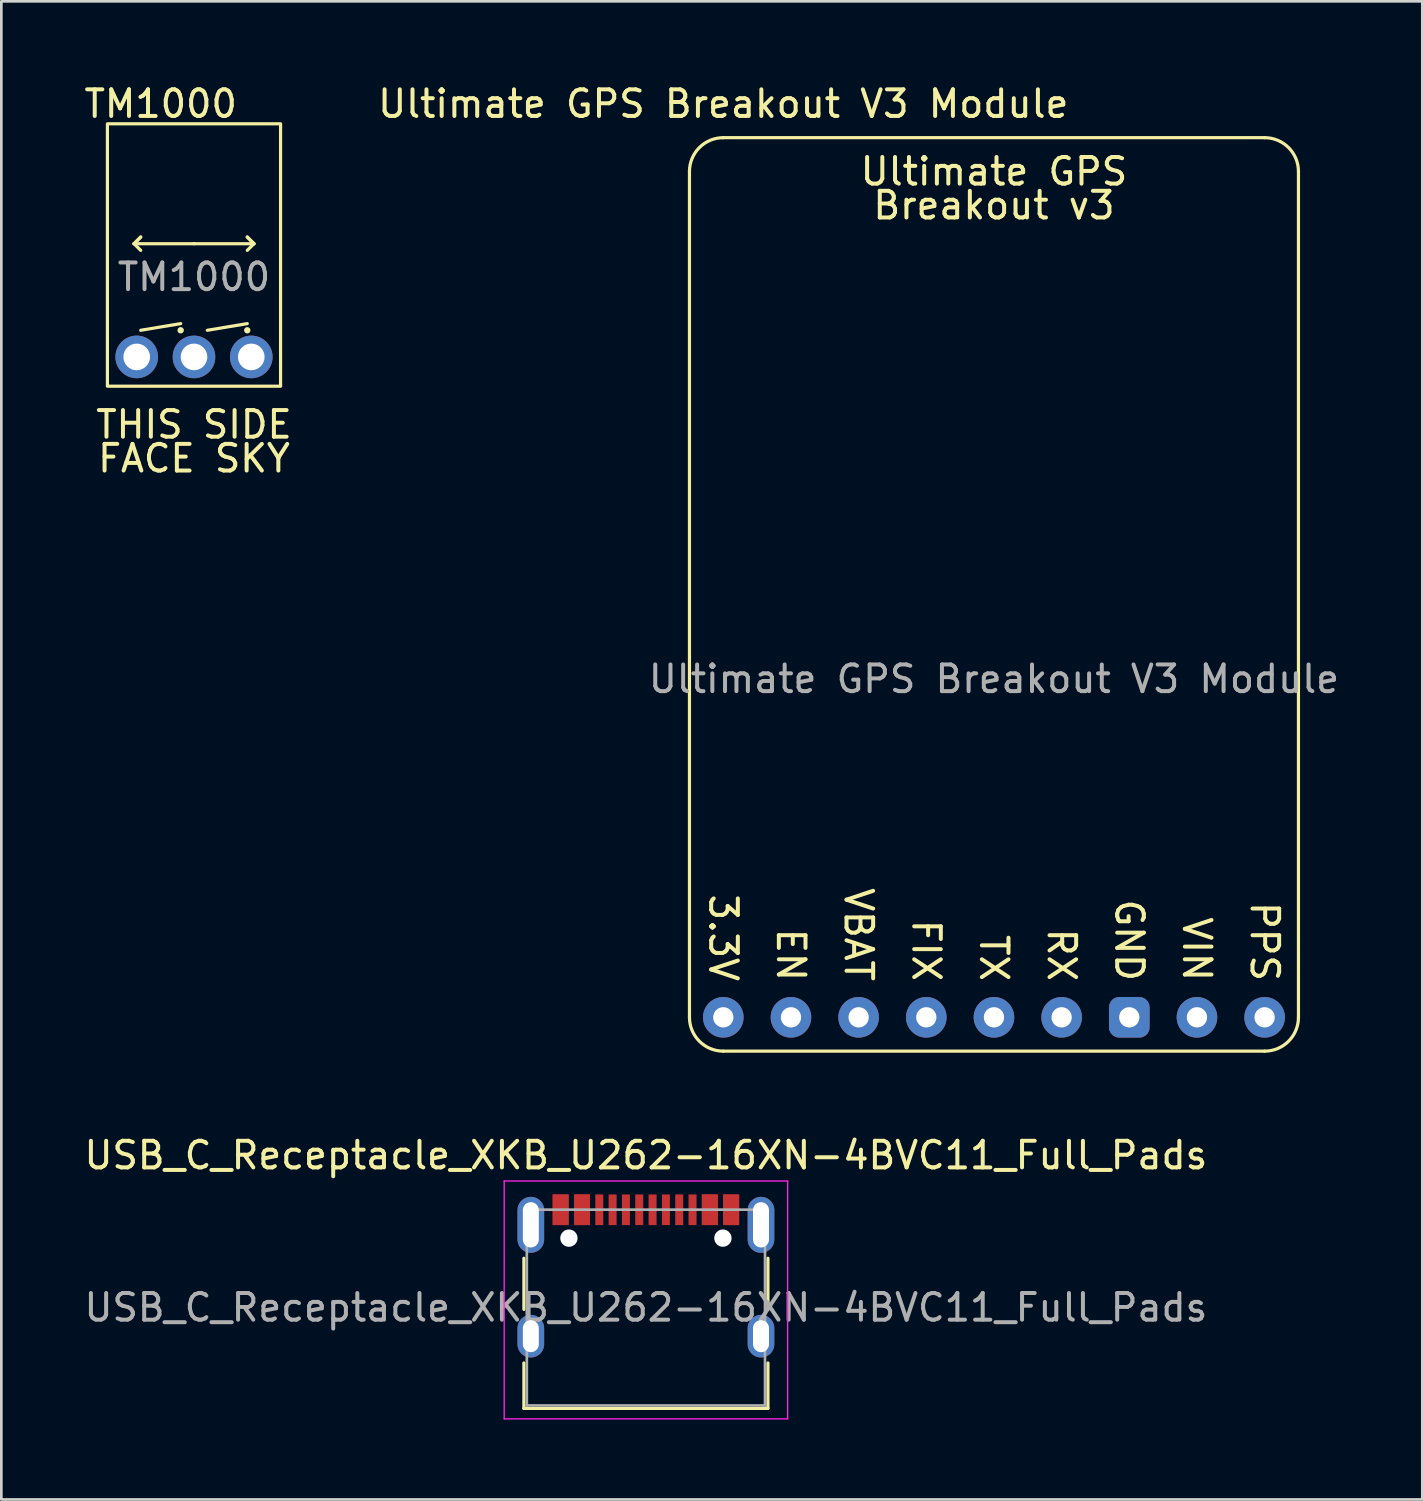
<source format=kicad_pcb>
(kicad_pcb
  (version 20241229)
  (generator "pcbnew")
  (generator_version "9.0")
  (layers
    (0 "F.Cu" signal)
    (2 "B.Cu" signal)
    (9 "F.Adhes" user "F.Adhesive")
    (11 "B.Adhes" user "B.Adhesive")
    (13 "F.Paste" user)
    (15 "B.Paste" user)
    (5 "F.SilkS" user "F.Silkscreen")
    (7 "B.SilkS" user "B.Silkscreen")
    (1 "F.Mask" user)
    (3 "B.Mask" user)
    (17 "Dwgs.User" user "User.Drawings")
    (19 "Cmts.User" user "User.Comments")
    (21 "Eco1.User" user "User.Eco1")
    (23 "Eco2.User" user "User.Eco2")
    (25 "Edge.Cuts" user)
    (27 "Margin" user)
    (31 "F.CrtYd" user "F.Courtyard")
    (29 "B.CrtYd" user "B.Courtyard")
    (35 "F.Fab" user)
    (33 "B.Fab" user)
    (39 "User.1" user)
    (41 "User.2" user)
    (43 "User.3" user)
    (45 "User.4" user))
  (footprint "Ultimate GPS Breakout V3 Module"
    (layer "F.Cu")
    (at 34.261 31.328)
    (property "Reference" "Ultimate GPS Breakout V3 Module" (at -10.16 -30.48 0) (unlocked yes) (layer "F.SilkS") (effects (font (size 1 1) (thickness 0.15))))
    (attr through_hole)
    (fp_line (start -11.43 3.81) (end -11.43 -27.94) (stroke (width 0.12) (type solid)) (layer "F.SilkS"))
    (fp_line (start 10.16 -29.21) (end -10.16 -29.21) (stroke (width 0.12) (type solid)) (layer "F.SilkS"))
    (fp_line (start 10.16 5.08) (end -10.16 5.08) (stroke (width 0.12) (type solid)) (layer "F.SilkS"))
    (fp_line (start 11.43 3.81) (end 11.43 -27.94) (stroke (width 0.12) (type solid)) (layer "F.SilkS"))
    (fp_arc (start -11.43 -27.94) (mid -11.058026 -28.838026) (end -10.16 -29.21) (stroke (width 0.12) (type solid)) (layer "F.SilkS"))
    (fp_arc (start -10.16 5.08) (mid -11.058026 4.708026) (end -11.43 3.81) (stroke (width 0.12) (type solid)) (layer "F.SilkS"))
    (fp_arc (start 10.16 -29.21) (mid 11.058026 -28.838026) (end 11.43 -27.94) (stroke (width 0.12) (type solid)) (layer "F.SilkS"))
    (fp_arc (start 11.43 3.81) (mid 11.058026 4.708026) (end 10.16 5.08) (stroke (width 0.12) (type solid)) (layer "F.SilkS"))
    (fp_text user "TX" (at 0 2.54 270) (unlocked yes) (layer "F.SilkS") (effects (font (size 1 1) (thickness 0.15)) (justify right)))
    (fp_text user "EN" (at -7.62 2.54 270) (unlocked yes) (layer "F.SilkS") (effects (font (size 1 1) (thickness 0.15)) (justify right)))
    (fp_text user "VIN" (at 7.62 2.54 270) (unlocked yes) (layer "F.SilkS") (effects (font (size 1 1) (thickness 0.15)) (justify right)))
    (fp_text user "3.3V" (at -10.16 2.54 270) (unlocked yes) (layer "F.SilkS") (effects (font (size 1 1) (thickness 0.15)) (justify right)))
    (fp_text user "Breakout v3" (at 0 -26.67 0) (unlocked yes) (layer "F.SilkS") (effects (font (size 1 1) (thickness 0.15))))
    (fp_text user "Ultimate GPS" (at 0 -27.94 0) (unlocked yes) (layer "F.SilkS") (effects (font (size 1 1) (thickness 0.15))))
    (fp_text user "GND" (at 5.08 2.54 270) (unlocked yes) (layer "F.SilkS") (effects (font (size 1 1) (thickness 0.15)) (justify right)))
    (fp_text user "VBAT" (at -5.08 2.54 270) (unlocked yes) (layer "F.SilkS") (effects (font (size 1 1) (thickness 0.15)) (justify right)))
    (fp_text user "FIX" (at -2.54 2.54 270) (unlocked yes) (layer "F.SilkS") (effects (font (size 1 1) (thickness 0.15)) (justify right)))
    (fp_text user "PPS" (at 10.16 2.54 270) (unlocked yes) (layer "F.SilkS") (effects (font (size 1 1) (thickness 0.15)) (justify right)))
    (fp_text user "RX" (at 2.54 2.54 270) (unlocked yes) (layer "F.SilkS") (effects (font (size 1 1) (thickness 0.15)) (justify right)))
    (fp_text user "${REFERENCE}" (at 0 -8.89 0) (unlocked yes) (layer "F.Fab") (effects (font (size 1 1) (thickness 0.15))))
    (pad "1" thru_hole circle (at -10.16 3.81) (size 1.524 1.524) (drill 0.762) (layers "*.Cu" "*.Mask"))
    (pad "2" thru_hole circle (at -7.62 3.81) (size 1.524 1.524) (drill 0.762) (layers "*.Cu" "*.Mask"))
    (pad "3" thru_hole circle (at -5.08 3.81) (size 1.524 1.524) (drill 0.762) (layers "*.Cu" "*.Mask"))
    (pad "4" thru_hole circle (at -2.54 3.81) (size 1.524 1.524) (drill 0.762) (layers "*.Cu" "*.Mask"))
    (pad "5" thru_hole circle (at 0 3.81) (size 1.524 1.524) (drill 0.762) (layers "*.Cu" "*.Mask"))
    (pad "6" thru_hole circle (at 2.54 3.81) (size 1.524 1.524) (drill 0.762) (layers "*.Cu" "*.Mask"))
    (pad "7" thru_hole roundrect (at 5.08 3.81) (size 1.524 1.524) (drill 0.762) (layers "*.Cu" "*.Mask") (roundrect_rratio 0.25))
    (pad "8" thru_hole circle (at 7.62 3.81) (size 1.524 1.524) (drill 0.762) (layers "*.Cu" "*.Mask"))
    (pad "9" thru_hole circle (at 10.16 3.81) (size 1.524 1.524) (drill 0.762) (layers "*.Cu" "*.Mask")))
  (footprint "TM1000"
    (layer "F.Cu")
    (at 4.232 10.348)
    (property "Reference" "TM1000" (at -1.25 -9.5 0) (unlocked yes) (layer "F.SilkS") (effects (font (size 1 1) (thickness 0.15))))
    (attr smd)
    (fp_line (start -2.25 -4.25) (end -2 -4.5) (stroke (width 0.12) (type solid)) (layer "F.SilkS"))
    (fp_line (start -2.25 -4.25) (end -2 -4) (stroke (width 0.12) (type solid)) (layer "F.SilkS"))
    (fp_line (start -2 -4.5) (end -2.25 -4.25) (stroke (width 0.12) (type solid)) (layer "F.SilkS"))
    (fp_line (start -2 -1) (end -0.5 -1.25) (stroke (width 0.12) (type solid)) (layer "F.SilkS"))
    (fp_line (start 0 -4.25) (end -2.25 -4.25) (stroke (width 0.12) (type solid)) (layer "F.SilkS"))
    (fp_line (start 0 -4.25) (end 2.25 -4.25) (stroke (width 0.12) (type solid)) (layer "F.SilkS"))
    (fp_line (start 0.5 -1) (end 2 -1.25) (stroke (width 0.12) (type solid)) (layer "F.SilkS"))
    (fp_line (start 2 -4.5) (end 2.25 -4.25) (stroke (width 0.12) (type solid)) (layer "F.SilkS"))
    (fp_line (start 2.25 -4.25) (end 2 -4.5) (stroke (width 0.12) (type solid)) (layer "F.SilkS"))
    (fp_line (start 2.25 -4.25) (end 2 -4) (stroke (width 0.12) (type solid)) (layer "F.SilkS"))
    (fp_rect (start -3.25 -8.75) (end 3.25 1.1) (stroke (width 0.12) (type solid)) (fill no) (layer "F.SilkS"))
    (fp_circle (center -0.5 -1) (end -0.5 -1) (stroke (width 0.12) (type solid)) (fill no) (layer "F.SilkS"))
    (fp_circle (center 2 -1) (end 2 -1) (stroke (width 0.12) (type solid)) (fill no) (layer "F.SilkS"))
    (fp_text user "THIS SIDE" (at 0 2.54 0) (unlocked yes) (layer "F.SilkS") (effects (font (size 1 1) (thickness 0.15))))
    (fp_text user "FACE SKY" (at 0 3.81 0) (unlocked yes) (layer "F.SilkS") (effects (font (size 1 1) (thickness 0.15))))
    (fp_text user "${REFERENCE}" (at 0 -3 0) (unlocked yes) (layer "F.Fab") (effects (font (size 1 1) (thickness 0.15))))
    (pad "1" thru_hole circle (at -2.15 0) (size 1.6 1.6) (drill 1) (layers "*.Cu" "*.Mask"))
    (pad "2" thru_hole circle (at 0 0) (size 1.6 1.6) (drill 1) (layers "*.Cu" "*.Mask"))
    (pad "3" thru_hole circle (at 2.15 0) (size 1.6 1.6) (drill 1) (layers "*.Cu" "*.Mask")))
  (footprint "USB_C_Receptacle_XKB_U262-16XN-4BVC11_Full_Pads"
    (layer "F.Cu")
    (at 21.196 46.032)
    (property "Reference" "USB_C_Receptacle_XKB_U262-16XN-4BVC11_Full_Pads" (at 0 -5.715 0) (layer "F.SilkS") (effects (font (size 1 1) (thickness 0.15))))
    (attr smd)
    (fp_line (start -4.58 -1.85) (end -4.58 0.07) (stroke (width 0.12) (type solid)) (layer "F.SilkS"))
    (fp_line (start -4.58 3.785) (end -4.58 2.08) (stroke (width 0.12) (type solid)) (layer "F.SilkS"))
    (fp_line (start 4.58 0.07) (end 4.58 -1.85) (stroke (width 0.12) (type solid)) (layer "F.SilkS"))
    (fp_line (start 4.58 2.08) (end 4.58 3.785) (stroke (width 0.12) (type solid)) (layer "F.SilkS"))
    (fp_line (start 4.58 3.785) (end -4.58 3.785) (stroke (width 0.12) (type solid)) (layer "F.SilkS"))
    (fp_line (start -5.32 -4.75) (end 5.32 -4.75) (stroke (width 0.05) (type solid)) (layer "F.CrtYd"))
    (fp_line (start -5.32 4.18) (end -5.32 -4.75) (stroke (width 0.05) (type solid)) (layer "F.CrtYd"))
    (fp_line (start 5.32 -4.75) (end 5.32 4.18) (stroke (width 0.05) (type solid)) (layer "F.CrtYd"))
    (fp_line (start 5.32 4.18) (end -5.32 4.18) (stroke (width 0.05) (type solid)) (layer "F.CrtYd"))
    (fp_line (start -4.47 -3.675) (end -4.47 3.675) (stroke (width 0.1) (type solid)) (layer "F.Fab"))
    (fp_line (start -4.47 -3.675) (end 4.47 -3.675) (stroke (width 0.1) (type solid)) (layer "F.Fab"))
    (fp_line (start -4.47 3.675) (end 4.47 3.675) (stroke (width 0.1) (type solid)) (layer "F.Fab"))
    (fp_line (start 4.47 3.675) (end 4.47 -3.675) (stroke (width 0.1) (type solid)) (layer "F.Fab"))
    (fp_text user "${REFERENCE}" (at 0 0 0) (layer "F.Fab") (effects (font (size 1 1) (thickness 0.15))))
    (pad "" np_thru_hole circle (at -2.89 -2.605) (size 0.65 0.65) (drill 0.65) (layers "*.Cu" "*.Mask"))
    (pad "" np_thru_hole circle (at 2.89 -2.605) (size 0.65 0.65) (drill 0.65) (layers "*.Cu" "*.Mask"))
    (pad "A1" smd rect (at -3.2 -3.67) (size 0.6 1.15) (layers "F.Cu" "F.Mask" "F.Paste"))
    (pad "A4" smd rect (at -2.4 -3.67) (size 0.6 1.15) (layers "F.Cu" "F.Mask" "F.Paste"))
    (pad "A5" smd rect (at -1.25 -3.67) (size 0.3 1.15) (layers "F.Cu" "F.Mask" "F.Paste"))
    (pad "A6" smd rect (at -0.25 -3.67) (size 0.3 1.15) (layers "F.Cu" "F.Mask" "F.Paste"))
    (pad "A7" smd rect (at 0.25 -3.67) (size 0.3 1.15) (layers "F.Cu" "F.Mask" "F.Paste"))
    (pad "A8" smd rect (at 1.25 -3.67) (size 0.3 1.15) (layers "F.Cu" "F.Mask" "F.Paste"))
    (pad "A9" smd rect (at 2.4 -3.67) (size 0.6 1.15) (layers "F.Cu" "F.Mask" "F.Paste"))
    (pad "A12" smd rect (at 3.2 -3.67) (size 0.6 1.15) (layers "F.Cu" "F.Mask" "F.Paste"))
    (pad "B1" smd rect (at 3.2 -3.67) (size 0.6 1.15) (layers "F.Cu" "F.Mask" "F.Paste"))
    (pad "B4" smd rect (at 2.4 -3.67) (size 0.6 1.15) (layers "F.Cu" "F.Mask" "F.Paste"))
    (pad "B5" smd rect (at 1.75 -3.67) (size 0.3 1.15) (layers "F.Cu" "F.Mask" "F.Paste"))
    (pad "B6" smd rect (at 0.75 -3.67) (size 0.3 1.15) (layers "F.Cu" "F.Mask" "F.Paste"))
    (pad "B7" smd rect (at -0.75 -3.67) (size 0.3 1.15) (layers "F.Cu" "F.Mask" "F.Paste"))
    (pad "B8" smd rect (at -1.75 -3.67) (size 0.3 1.15) (layers "F.Cu" "F.Mask" "F.Paste"))
    (pad "B9" smd rect (at -2.4 -3.67) (size 0.6 1.15) (layers "F.Cu" "F.Mask" "F.Paste"))
    (pad "B12" smd rect (at -3.2 -3.67) (size 0.6 1.15) (layers "F.Cu" "F.Mask" "F.Paste"))
    (pad "S1" thru_hole oval (at -4.32 -3.105) (size 1 2.1) (drill oval 0.6 1.7) (layers "*.Cu" "*.Mask"))
    (pad "S1" thru_hole oval (at -4.32 1.075) (size 1 1.6) (drill oval 0.6 1.2) (layers "*.Cu" "*.Mask"))
    (pad "S1" thru_hole oval (at 4.32 -3.105) (size 1 2.1) (drill oval 0.6 1.7) (layers "*.Cu" "*.Mask"))
    (pad "S1" thru_hole oval (at 4.32 1.075) (size 1 1.6) (drill oval 0.6 1.2) (layers "*.Cu" "*.Mask")))
  (gr_rect
    (start -3 -3)
    (end 50.339 53.236)
    (stroke (width 0.1) (type default))
    (fill no)
    (layer "Edge.Cuts")))
</source>
